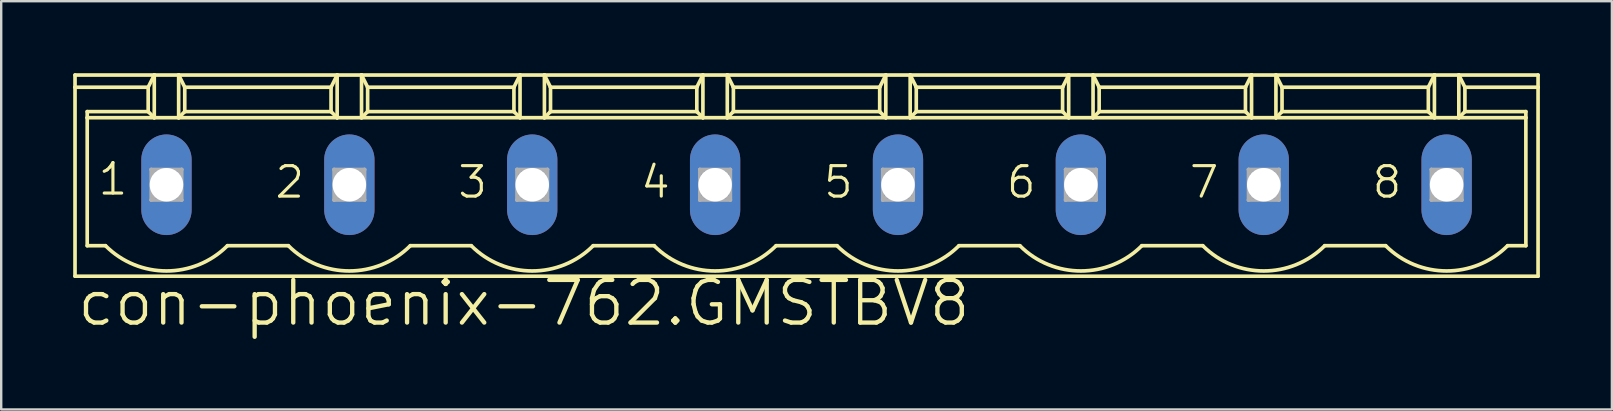
<source format=kicad_pcb>
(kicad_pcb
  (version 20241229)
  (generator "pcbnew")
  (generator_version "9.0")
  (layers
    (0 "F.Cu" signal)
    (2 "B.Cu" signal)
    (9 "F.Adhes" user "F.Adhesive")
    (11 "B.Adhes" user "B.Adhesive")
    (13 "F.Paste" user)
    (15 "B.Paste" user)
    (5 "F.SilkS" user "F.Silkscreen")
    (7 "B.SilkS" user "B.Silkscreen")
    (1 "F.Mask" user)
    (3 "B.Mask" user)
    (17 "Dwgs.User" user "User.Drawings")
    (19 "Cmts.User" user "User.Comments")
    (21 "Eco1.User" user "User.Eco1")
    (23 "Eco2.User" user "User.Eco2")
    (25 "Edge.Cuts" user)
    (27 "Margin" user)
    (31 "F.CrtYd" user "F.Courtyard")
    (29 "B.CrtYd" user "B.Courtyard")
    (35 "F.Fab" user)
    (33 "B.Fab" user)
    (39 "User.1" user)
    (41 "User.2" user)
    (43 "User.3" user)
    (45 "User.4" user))
  (footprint "con-phoenix-762.GMSTBV8"
    (layer "F.Cu")
    (at 30.556 4.648)
    (property "Reference" "con-phoenix-762.GMSTBV8" (at -30.48 5.969 0) (layer "F.SilkS") (effects (font (size 1.778 1.778) (thickness 0.18)) (justify left bottom)))
    (attr through_hole)
    (fp_line (start -30.48 -4.572) (end -27.178 -4.572) (stroke (width 0.152) (type default)) (layer "F.SilkS"))
    (fp_line (start -30.48 -4.064) (end -30.48 -4.572) (stroke (width 0.152) (type default)) (layer "F.SilkS"))
    (fp_line (start -30.48 -4.064) (end -27.432 -4.064) (stroke (width 0.152) (type default)) (layer "F.SilkS"))
    (fp_line (start -30.48 3.81) (end -30.48 -4.064) (stroke (width 0.152) (type default)) (layer "F.SilkS"))
    (fp_line (start -29.972 -3.048) (end -27.432 -3.048) (stroke (width 0.152) (type default)) (layer "F.SilkS"))
    (fp_line (start -29.972 -2.794) (end -29.972 -3.048) (stroke (width 0.152) (type default)) (layer "F.SilkS"))
    (fp_line (start -29.972 -2.794) (end -27.178 -2.794) (stroke (width 0.152) (type default)) (layer "F.SilkS"))
    (fp_line (start -29.972 2.54) (end -29.972 -2.794) (stroke (width 0.152) (type default)) (layer "F.SilkS"))
    (fp_line (start -29.21 2.54) (end -29.972 2.54) (stroke (width 0.152) (type default)) (layer "F.SilkS"))
    (fp_line (start -27.432 -4.064) (end -27.178 -4.572) (stroke (width 0.152) (type default)) (layer "F.SilkS"))
    (fp_line (start -27.432 -3.048) (end -27.432 -4.064) (stroke (width 0.152) (type default)) (layer "F.SilkS"))
    (fp_line (start -27.432 -3.048) (end -27.178 -2.794) (stroke (width 0.152) (type default)) (layer "F.SilkS"))
    (fp_line (start -27.178 -4.572) (end -26.162 -4.572) (stroke (width 0.152) (type default)) (layer "F.SilkS"))
    (fp_line (start -27.178 -2.794) (end -27.178 -4.572) (stroke (width 0.152) (type default)) (layer "F.SilkS"))
    (fp_line (start -27.178 -2.794) (end -26.162 -2.794) (stroke (width 0.152) (type default)) (layer "F.SilkS"))
    (fp_line (start -26.162 -4.572) (end -25.908 -4.064) (stroke (width 0.152) (type default)) (layer "F.SilkS"))
    (fp_line (start -26.162 -4.572) (end -19.558 -4.572) (stroke (width 0.152) (type default)) (layer "F.SilkS"))
    (fp_line (start -26.162 -2.794) (end -26.162 -4.572) (stroke (width 0.152) (type default)) (layer "F.SilkS"))
    (fp_line (start -26.162 -2.794) (end -19.558 -2.794) (stroke (width 0.152) (type default)) (layer "F.SilkS"))
    (fp_line (start -25.908 -4.064) (end -25.908 -3.048) (stroke (width 0.152) (type default)) (layer "F.SilkS"))
    (fp_line (start -25.908 -4.064) (end -19.812 -4.064) (stroke (width 0.152) (type default)) (layer "F.SilkS"))
    (fp_line (start -25.908 -3.048) (end -26.162 -2.794) (stroke (width 0.152) (type default)) (layer "F.SilkS"))
    (fp_line (start -21.59 2.54) (end -24.13 2.54) (stroke (width 0.152) (type default)) (layer "F.SilkS"))
    (fp_line (start -19.812 -4.064) (end -19.812 -3.048) (stroke (width 0.152) (type default)) (layer "F.SilkS"))
    (fp_line (start -19.812 -4.064) (end -19.558 -4.572) (stroke (width 0.152) (type default)) (layer "F.SilkS"))
    (fp_line (start -19.812 -3.048) (end -25.908 -3.048) (stroke (width 0.152) (type default)) (layer "F.SilkS"))
    (fp_line (start -19.812 -3.048) (end -19.558 -2.794) (stroke (width 0.152) (type default)) (layer "F.SilkS"))
    (fp_line (start -19.558 -4.572) (end -18.542 -4.572) (stroke (width 0.152) (type default)) (layer "F.SilkS"))
    (fp_line (start -19.558 -2.794) (end -19.558 -4.572) (stroke (width 0.152) (type default)) (layer "F.SilkS"))
    (fp_line (start -19.558 -2.794) (end -18.542 -2.794) (stroke (width 0.152) (type default)) (layer "F.SilkS"))
    (fp_line (start -18.542 -4.572) (end -18.288 -4.064) (stroke (width 0.152) (type default)) (layer "F.SilkS"))
    (fp_line (start -18.542 -4.572) (end -11.938 -4.572) (stroke (width 0.152) (type default)) (layer "F.SilkS"))
    (fp_line (start -18.542 -2.794) (end -18.542 -4.572) (stroke (width 0.152) (type default)) (layer "F.SilkS"))
    (fp_line (start -18.542 -2.794) (end -11.938 -2.794) (stroke (width 0.152) (type default)) (layer "F.SilkS"))
    (fp_line (start -18.288 -4.064) (end -18.288 -3.048) (stroke (width 0.152) (type default)) (layer "F.SilkS"))
    (fp_line (start -18.288 -4.064) (end -12.192 -4.064) (stroke (width 0.152) (type default)) (layer "F.SilkS"))
    (fp_line (start -18.288 -3.048) (end -18.542 -2.794) (stroke (width 0.152) (type default)) (layer "F.SilkS"))
    (fp_line (start -18.288 -3.048) (end -12.192 -3.048) (stroke (width 0.152) (type default)) (layer "F.SilkS"))
    (fp_line (start -13.97 2.54) (end -16.51 2.54) (stroke (width 0.152) (type default)) (layer "F.SilkS"))
    (fp_line (start -12.192 -4.064) (end -11.938 -4.572) (stroke (width 0.152) (type default)) (layer "F.SilkS"))
    (fp_line (start -12.192 -3.048) (end -12.192 -4.064) (stroke (width 0.152) (type default)) (layer "F.SilkS"))
    (fp_line (start -12.192 -3.048) (end -11.938 -2.794) (stroke (width 0.152) (type default)) (layer "F.SilkS"))
    (fp_line (start -11.938 -4.572) (end -10.922 -4.572) (stroke (width 0.152) (type default)) (layer "F.SilkS"))
    (fp_line (start -11.938 -2.794) (end -11.938 -4.572) (stroke (width 0.152) (type default)) (layer "F.SilkS"))
    (fp_line (start -11.938 -2.794) (end -10.922 -2.794) (stroke (width 0.152) (type default)) (layer "F.SilkS"))
    (fp_line (start -10.922 -4.572) (end -10.668 -4.064) (stroke (width 0.152) (type default)) (layer "F.SilkS"))
    (fp_line (start -10.922 -4.572) (end -4.318 -4.572) (stroke (width 0.152) (type default)) (layer "F.SilkS"))
    (fp_line (start -10.922 -2.794) (end -10.922 -4.572) (stroke (width 0.152) (type default)) (layer "F.SilkS"))
    (fp_line (start -10.922 -2.794) (end -4.318 -2.794) (stroke (width 0.152) (type default)) (layer "F.SilkS"))
    (fp_line (start -10.668 -4.064) (end -10.668 -3.048) (stroke (width 0.152) (type default)) (layer "F.SilkS"))
    (fp_line (start -10.668 -4.064) (end -4.572 -4.064) (stroke (width 0.152) (type default)) (layer "F.SilkS"))
    (fp_line (start -10.668 -3.048) (end -10.922 -2.794) (stroke (width 0.152) (type default)) (layer "F.SilkS"))
    (fp_line (start -6.35 2.54) (end -8.89 2.54) (stroke (width 0.152) (type default)) (layer "F.SilkS"))
    (fp_line (start -4.572 -4.064) (end -4.572 -3.048) (stroke (width 0.152) (type default)) (layer "F.SilkS"))
    (fp_line (start -4.572 -4.064) (end -4.318 -4.572) (stroke (width 0.152) (type default)) (layer "F.SilkS"))
    (fp_line (start -4.572 -3.048) (end -10.668 -3.048) (stroke (width 0.152) (type default)) (layer "F.SilkS"))
    (fp_line (start -4.572 -3.048) (end -4.318 -2.794) (stroke (width 0.152) (type default)) (layer "F.SilkS"))
    (fp_line (start -4.318 -4.572) (end -3.302 -4.572) (stroke (width 0.152) (type default)) (layer "F.SilkS"))
    (fp_line (start -4.318 -2.794) (end -4.318 -4.572) (stroke (width 0.152) (type default)) (layer "F.SilkS"))
    (fp_line (start -4.318 -2.794) (end -3.302 -2.794) (stroke (width 0.152) (type default)) (layer "F.SilkS"))
    (fp_line (start -3.302 -4.572) (end -3.048 -4.064) (stroke (width 0.152) (type default)) (layer "F.SilkS"))
    (fp_line (start -3.302 -4.572) (end 3.302 -4.572) (stroke (width 0.152) (type default)) (layer "F.SilkS"))
    (fp_line (start -3.302 -2.794) (end -3.302 -4.572) (stroke (width 0.152) (type default)) (layer "F.SilkS"))
    (fp_line (start -3.302 -2.794) (end 3.302 -2.794) (stroke (width 0.152) (type default)) (layer "F.SilkS"))
    (fp_line (start -3.048 -4.064) (end -3.048 -3.048) (stroke (width 0.152) (type default)) (layer "F.SilkS"))
    (fp_line (start -3.048 -4.064) (end 3.048 -4.064) (stroke (width 0.152) (type default)) (layer "F.SilkS"))
    (fp_line (start -3.048 -3.048) (end -3.302 -2.794) (stroke (width 0.152) (type default)) (layer "F.SilkS"))
    (fp_line (start -3.048 -3.048) (end 3.048 -3.048) (stroke (width 0.152) (type default)) (layer "F.SilkS"))
    (fp_line (start 1.27 2.54) (end -1.27 2.54) (stroke (width 0.152) (type default)) (layer "F.SilkS"))
    (fp_line (start 3.048 -4.064) (end 3.048 -3.048) (stroke (width 0.152) (type default)) (layer "F.SilkS"))
    (fp_line (start 3.048 -4.064) (end 3.302 -4.572) (stroke (width 0.152) (type default)) (layer "F.SilkS"))
    (fp_line (start 3.048 -3.048) (end 3.302 -2.794) (stroke (width 0.152) (type default)) (layer "F.SilkS"))
    (fp_line (start 3.302 -4.572) (end 4.318 -4.572) (stroke (width 0.152) (type default)) (layer "F.SilkS"))
    (fp_line (start 3.302 -2.794) (end 3.302 -4.572) (stroke (width 0.152) (type default)) (layer "F.SilkS"))
    (fp_line (start 3.302 -2.794) (end 4.318 -2.794) (stroke (width 0.152) (type default)) (layer "F.SilkS"))
    (fp_line (start 4.318 -4.572) (end 4.572 -4.064) (stroke (width 0.152) (type default)) (layer "F.SilkS"))
    (fp_line (start 4.318 -4.572) (end 10.922 -4.572) (stroke (width 0.152) (type default)) (layer "F.SilkS"))
    (fp_line (start 4.318 -2.794) (end 4.318 -4.572) (stroke (width 0.152) (type default)) (layer "F.SilkS"))
    (fp_line (start 4.318 -2.794) (end 10.922 -2.794) (stroke (width 0.152) (type default)) (layer "F.SilkS"))
    (fp_line (start 4.572 -4.064) (end 4.572 -3.048) (stroke (width 0.152) (type default)) (layer "F.SilkS"))
    (fp_line (start 4.572 -4.064) (end 10.668 -4.064) (stroke (width 0.152) (type default)) (layer "F.SilkS"))
    (fp_line (start 4.572 -3.048) (end 4.318 -2.794) (stroke (width 0.152) (type default)) (layer "F.SilkS"))
    (fp_line (start 4.572 -3.048) (end 10.668 -3.048) (stroke (width 0.152) (type default)) (layer "F.SilkS"))
    (fp_line (start 8.89 2.54) (end 6.35 2.54) (stroke (width 0.152) (type default)) (layer "F.SilkS"))
    (fp_line (start 10.668 -4.064) (end 10.668 -3.048) (stroke (width 0.152) (type default)) (layer "F.SilkS"))
    (fp_line (start 10.668 -4.064) (end 10.922 -4.572) (stroke (width 0.152) (type default)) (layer "F.SilkS"))
    (fp_line (start 10.668 -3.048) (end 10.922 -2.794) (stroke (width 0.152) (type default)) (layer "F.SilkS"))
    (fp_line (start 10.922 -4.572) (end 11.938 -4.572) (stroke (width 0.152) (type default)) (layer "F.SilkS"))
    (fp_line (start 10.922 -2.794) (end 10.922 -4.572) (stroke (width 0.152) (type default)) (layer "F.SilkS"))
    (fp_line (start 10.922 -2.794) (end 11.938 -2.794) (stroke (width 0.152) (type default)) (layer "F.SilkS"))
    (fp_line (start 11.938 -4.572) (end 12.192 -4.064) (stroke (width 0.152) (type default)) (layer "F.SilkS"))
    (fp_line (start 11.938 -4.572) (end 18.542 -4.572) (stroke (width 0.152) (type default)) (layer "F.SilkS"))
    (fp_line (start 11.938 -2.794) (end 11.938 -4.572) (stroke (width 0.152) (type default)) (layer "F.SilkS"))
    (fp_line (start 11.938 -2.794) (end 18.542 -2.794) (stroke (width 0.152) (type default)) (layer "F.SilkS"))
    (fp_line (start 12.192 -4.064) (end 12.192 -3.048) (stroke (width 0.152) (type default)) (layer "F.SilkS"))
    (fp_line (start 12.192 -4.064) (end 18.288 -4.064) (stroke (width 0.152) (type default)) (layer "F.SilkS"))
    (fp_line (start 12.192 -3.048) (end 11.938 -2.794) (stroke (width 0.152) (type default)) (layer "F.SilkS"))
    (fp_line (start 12.192 -3.048) (end 18.288 -3.048) (stroke (width 0.152) (type default)) (layer "F.SilkS"))
    (fp_line (start 16.51 2.54) (end 13.97 2.54) (stroke (width 0.152) (type default)) (layer "F.SilkS"))
    (fp_line (start 18.288 -4.064) (end 18.288 -3.048) (stroke (width 0.152) (type default)) (layer "F.SilkS"))
    (fp_line (start 18.288 -4.064) (end 18.542 -4.572) (stroke (width 0.152) (type default)) (layer "F.SilkS"))
    (fp_line (start 18.288 -3.048) (end 18.542 -2.794) (stroke (width 0.152) (type default)) (layer "F.SilkS"))
    (fp_line (start 18.542 -4.572) (end 19.558 -4.572) (stroke (width 0.152) (type default)) (layer "F.SilkS"))
    (fp_line (start 18.542 -2.794) (end 18.542 -4.572) (stroke (width 0.152) (type default)) (layer "F.SilkS"))
    (fp_line (start 18.542 -2.794) (end 19.558 -2.794) (stroke (width 0.152) (type default)) (layer "F.SilkS"))
    (fp_line (start 19.558 -4.572) (end 19.812 -4.064) (stroke (width 0.152) (type default)) (layer "F.SilkS"))
    (fp_line (start 19.558 -4.572) (end 26.162 -4.572) (stroke (width 0.152) (type default)) (layer "F.SilkS"))
    (fp_line (start 19.558 -2.794) (end 19.558 -4.572) (stroke (width 0.152) (type default)) (layer "F.SilkS"))
    (fp_line (start 19.558 -2.794) (end 26.162 -2.794) (stroke (width 0.152) (type default)) (layer "F.SilkS"))
    (fp_line (start 19.812 -4.064) (end 19.812 -3.048) (stroke (width 0.152) (type default)) (layer "F.SilkS"))
    (fp_line (start 19.812 -4.064) (end 25.908 -4.064) (stroke (width 0.152) (type default)) (layer "F.SilkS"))
    (fp_line (start 19.812 -3.048) (end 19.558 -2.794) (stroke (width 0.152) (type default)) (layer "F.SilkS"))
    (fp_line (start 19.812 -3.048) (end 25.908 -3.048) (stroke (width 0.152) (type default)) (layer "F.SilkS"))
    (fp_line (start 24.13 2.54) (end 21.59 2.54) (stroke (width 0.152) (type default)) (layer "F.SilkS"))
    (fp_line (start 25.908 -4.064) (end 25.908 -3.048) (stroke (width 0.152) (type default)) (layer "F.SilkS"))
    (fp_line (start 25.908 -4.064) (end 26.162 -4.572) (stroke (width 0.152) (type default)) (layer "F.SilkS"))
    (fp_line (start 25.908 -3.048) (end 26.162 -2.794) (stroke (width 0.152) (type default)) (layer "F.SilkS"))
    (fp_line (start 26.162 -4.572) (end 27.178 -4.572) (stroke (width 0.152) (type default)) (layer "F.SilkS"))
    (fp_line (start 26.162 -2.794) (end 26.162 -4.572) (stroke (width 0.152) (type default)) (layer "F.SilkS"))
    (fp_line (start 26.162 -2.794) (end 27.178 -2.794) (stroke (width 0.152) (type default)) (layer "F.SilkS"))
    (fp_line (start 27.178 -4.572) (end 27.432 -4.064) (stroke (width 0.152) (type default)) (layer "F.SilkS"))
    (fp_line (start 27.178 -4.572) (end 30.48 -4.572) (stroke (width 0.152) (type default)) (layer "F.SilkS"))
    (fp_line (start 27.178 -2.794) (end 27.178 -4.572) (stroke (width 0.152) (type default)) (layer "F.SilkS"))
    (fp_line (start 27.178 -2.794) (end 29.972 -2.794) (stroke (width 0.152) (type default)) (layer "F.SilkS"))
    (fp_line (start 27.432 -4.064) (end 27.432 -3.048) (stroke (width 0.152) (type default)) (layer "F.SilkS"))
    (fp_line (start 27.432 -4.064) (end 30.48 -4.064) (stroke (width 0.152) (type default)) (layer "F.SilkS"))
    (fp_line (start 27.432 -3.048) (end 27.178 -2.794) (stroke (width 0.152) (type default)) (layer "F.SilkS"))
    (fp_line (start 27.432 -3.048) (end 29.972 -3.048) (stroke (width 0.152) (type default)) (layer "F.SilkS"))
    (fp_line (start 29.972 -3.048) (end 29.972 -2.794) (stroke (width 0.152) (type default)) (layer "F.SilkS"))
    (fp_line (start 29.972 -2.794) (end 29.972 2.54) (stroke (width 0.152) (type default)) (layer "F.SilkS"))
    (fp_line (start 29.972 2.54) (end 29.21 2.54) (stroke (width 0.152) (type default)) (layer "F.SilkS"))
    (fp_line (start 30.48 -4.064) (end 30.48 -4.572) (stroke (width 0.152) (type default)) (layer "F.SilkS"))
    (fp_line (start 30.48 3.81) (end -30.48 3.81) (stroke (width 0.152) (type default)) (layer "F.SilkS"))
    (fp_line (start 30.48 3.81) (end 30.48 -4.064) (stroke (width 0.152) (type default)) (layer "F.SilkS"))
    (fp_arc (start -24.13 2.54) (mid -26.67 3.592102) (end -29.21 2.54) (stroke (width 0.1524) (type default)) (layer "F.SilkS"))
    (fp_arc (start -16.51 2.54) (mid -19.05 3.592102) (end -21.59 2.54) (stroke (width 0.1524) (type default)) (layer "F.SilkS"))
    (fp_arc (start -8.89 2.54) (mid -11.43 3.592102) (end -13.97 2.54) (stroke (width 0.1524) (type default)) (layer "F.SilkS"))
    (fp_arc (start -1.27 2.54) (mid -3.81 3.592102) (end -6.35 2.54) (stroke (width 0.1524) (type default)) (layer "F.SilkS"))
    (fp_arc (start 6.35 2.54) (mid 3.81 3.592102) (end 1.27 2.54) (stroke (width 0.1524) (type default)) (layer "F.SilkS"))
    (fp_arc (start 13.97 2.54) (mid 11.43 3.592102) (end 8.89 2.54) (stroke (width 0.1524) (type default)) (layer "F.SilkS"))
    (fp_arc (start 21.59 2.54) (mid 19.05 3.592102) (end 16.51 2.54) (stroke (width 0.1524) (type default)) (layer "F.SilkS"))
    (fp_arc (start 29.21 2.54) (mid 26.67 3.592102) (end 24.13 2.54) (stroke (width 0.1524) (type default)) (layer "F.SilkS"))
    (fp_line (start -27.305 -0.635) (end -27.305 0.635) (stroke (width 0.152) (type default)) (layer "F.Fab"))
    (fp_line (start -27.305 -0.635) (end -26.035 0.635) (stroke (width 0.152) (type default)) (layer "F.Fab"))
    (fp_line (start -27.305 0.635) (end -26.035 -0.635) (stroke (width 0.152) (type default)) (layer "F.Fab"))
    (fp_line (start -27.305 0.635) (end -26.035 0.635) (stroke (width 0.152) (type default)) (layer "F.Fab"))
    (fp_line (start -26.035 -0.635) (end -27.305 -0.635) (stroke (width 0.152) (type default)) (layer "F.Fab"))
    (fp_line (start -26.035 0.635) (end -26.035 -0.635) (stroke (width 0.152) (type default)) (layer "F.Fab"))
    (fp_line (start -19.685 -0.635) (end -19.685 0.635) (stroke (width 0.152) (type default)) (layer "F.Fab"))
    (fp_line (start -19.685 -0.635) (end -18.415 0.635) (stroke (width 0.152) (type default)) (layer "F.Fab"))
    (fp_line (start -19.685 0.635) (end -18.415 -0.635) (stroke (width 0.152) (type default)) (layer "F.Fab"))
    (fp_line (start -19.685 0.635) (end -18.415 0.635) (stroke (width 0.152) (type default)) (layer "F.Fab"))
    (fp_line (start -18.415 -0.635) (end -19.685 -0.635) (stroke (width 0.152) (type default)) (layer "F.Fab"))
    (fp_line (start -18.415 0.635) (end -18.415 -0.635) (stroke (width 0.152) (type default)) (layer "F.Fab"))
    (fp_line (start -12.065 -0.635) (end -12.065 0.635) (stroke (width 0.152) (type default)) (layer "F.Fab"))
    (fp_line (start -12.065 -0.635) (end -10.795 0.635) (stroke (width 0.152) (type default)) (layer "F.Fab"))
    (fp_line (start -12.065 0.635) (end -10.795 -0.635) (stroke (width 0.152) (type default)) (layer "F.Fab"))
    (fp_line (start -12.065 0.635) (end -10.795 0.635) (stroke (width 0.152) (type default)) (layer "F.Fab"))
    (fp_line (start -10.795 -0.635) (end -12.065 -0.635) (stroke (width 0.152) (type default)) (layer "F.Fab"))
    (fp_line (start -10.795 0.635) (end -10.795 -0.635) (stroke (width 0.152) (type default)) (layer "F.Fab"))
    (fp_line (start -4.445 -0.635) (end -4.445 0.635) (stroke (width 0.152) (type default)) (layer "F.Fab"))
    (fp_line (start -4.445 -0.635) (end -3.175 0.635) (stroke (width 0.152) (type default)) (layer "F.Fab"))
    (fp_line (start -4.445 0.635) (end -3.175 -0.635) (stroke (width 0.152) (type default)) (layer "F.Fab"))
    (fp_line (start -4.445 0.635) (end -3.175 0.635) (stroke (width 0.152) (type default)) (layer "F.Fab"))
    (fp_line (start -3.175 -0.635) (end -4.445 -0.635) (stroke (width 0.152) (type default)) (layer "F.Fab"))
    (fp_line (start -3.175 0.635) (end -3.175 -0.635) (stroke (width 0.152) (type default)) (layer "F.Fab"))
    (fp_line (start 3.175 -0.635) (end 3.175 0.635) (stroke (width 0.152) (type default)) (layer "F.Fab"))
    (fp_line (start 3.175 -0.635) (end 4.445 0.635) (stroke (width 0.152) (type default)) (layer "F.Fab"))
    (fp_line (start 3.175 0.635) (end 4.445 -0.635) (stroke (width 0.152) (type default)) (layer "F.Fab"))
    (fp_line (start 3.175 0.635) (end 4.445 0.635) (stroke (width 0.152) (type default)) (layer "F.Fab"))
    (fp_line (start 4.445 -0.635) (end 3.175 -0.635) (stroke (width 0.152) (type default)) (layer "F.Fab"))
    (fp_line (start 4.445 0.635) (end 4.445 -0.635) (stroke (width 0.152) (type default)) (layer "F.Fab"))
    (fp_line (start 10.795 -0.635) (end 10.795 0.635) (stroke (width 0.152) (type default)) (layer "F.Fab"))
    (fp_line (start 10.795 -0.635) (end 12.065 0.635) (stroke (width 0.152) (type default)) (layer "F.Fab"))
    (fp_line (start 10.795 0.635) (end 12.065 -0.635) (stroke (width 0.152) (type default)) (layer "F.Fab"))
    (fp_line (start 10.795 0.635) (end 12.065 0.635) (stroke (width 0.152) (type default)) (layer "F.Fab"))
    (fp_line (start 12.065 -0.635) (end 10.795 -0.635) (stroke (width 0.152) (type default)) (layer "F.Fab"))
    (fp_line (start 12.065 0.635) (end 12.065 -0.635) (stroke (width 0.152) (type default)) (layer "F.Fab"))
    (fp_line (start 18.415 -0.635) (end 18.415 0.635) (stroke (width 0.152) (type default)) (layer "F.Fab"))
    (fp_line (start 18.415 -0.635) (end 19.685 0.635) (stroke (width 0.152) (type default)) (layer "F.Fab"))
    (fp_line (start 18.415 0.635) (end 19.685 -0.635) (stroke (width 0.152) (type default)) (layer "F.Fab"))
    (fp_line (start 18.415 0.635) (end 19.685 0.635) (stroke (width 0.152) (type default)) (layer "F.Fab"))
    (fp_line (start 19.685 -0.635) (end 18.415 -0.635) (stroke (width 0.152) (type default)) (layer "F.Fab"))
    (fp_line (start 19.685 0.635) (end 19.685 -0.635) (stroke (width 0.152) (type default)) (layer "F.Fab"))
    (fp_line (start 26.035 -0.635) (end 26.035 0.635) (stroke (width 0.152) (type default)) (layer "F.Fab"))
    (fp_line (start 26.035 -0.635) (end 27.305 0.635) (stroke (width 0.152) (type default)) (layer "F.Fab"))
    (fp_line (start 26.035 0.635) (end 27.305 -0.635) (stroke (width 0.152) (type default)) (layer "F.Fab"))
    (fp_line (start 26.035 0.635) (end 27.305 0.635) (stroke (width 0.152) (type default)) (layer "F.Fab"))
    (fp_line (start 27.305 -0.635) (end 26.035 -0.635) (stroke (width 0.152) (type default)) (layer "F.Fab"))
    (fp_line (start 27.305 0.635) (end 27.305 -0.635) (stroke (width 0.152) (type default)) (layer "F.Fab"))
    (fp_text user "4" (at -6.985 0.635 0) (layer "F.SilkS") (effects (font (size 1.27 1.27) (thickness 0.13)) (justify left bottom)))
    (fp_text user "2" (at -22.225 0.635 0) (layer "F.SilkS") (effects (font (size 1.27 1.27) (thickness 0.13)) (justify left bottom)))
    (fp_text user "7" (at 15.875 0.635 0) (layer "F.SilkS") (effects (font (size 1.27 1.27) (thickness 0.13)) (justify left bottom)))
    (fp_text user "6" (at 8.255 0.635 0) (layer "F.SilkS") (effects (font (size 1.27 1.27) (thickness 0.13)) (justify left bottom)))
    (fp_text user "8" (at 23.495 0.635 0) (layer "F.SilkS") (effects (font (size 1.27 1.27) (thickness 0.13)) (justify left bottom)))
    (fp_text user "1" (at -29.591 0.508 0) (layer "F.SilkS") (effects (font (size 1.27 1.27) (thickness 0.13)) (justify left bottom)))
    (fp_text user "5" (at 0.635 0.635 0) (layer "F.SilkS") (effects (font (size 1.27 1.27) (thickness 0.13)) (justify left bottom)))
    (fp_text user "3" (at -14.605 0.635 0) (layer "F.SilkS") (effects (font (size 1.27 1.27) (thickness 0.13)) (justify left bottom)))
    (pad "1" thru_hole oval (at -26.67 0 90) (size 4.191 2.095) (drill 1.397) (layers "*.Cu" "*.Mask"))
    (pad "2" thru_hole oval (at -19.05 0 90) (size 4.191 2.095) (drill 1.397) (layers "*.Cu" "*.Mask"))
    (pad "3" thru_hole oval (at -11.43 0 90) (size 4.191 2.095) (drill 1.397) (layers "*.Cu" "*.Mask"))
    (pad "4" thru_hole oval (at -3.81 0 90) (size 4.191 2.095) (drill 1.397) (layers "*.Cu" "*.Mask"))
    (pad "5" thru_hole oval (at 3.81 0 90) (size 4.191 2.095) (drill 1.397) (layers "*.Cu" "*.Mask"))
    (pad "6" thru_hole oval (at 11.43 0 90) (size 4.191 2.095) (drill 1.397) (layers "*.Cu" "*.Mask"))
    (pad "7" thru_hole oval (at 19.05 0 90) (size 4.191 2.095) (drill 1.397) (layers "*.Cu" "*.Mask"))
    (pad "8" thru_hole oval (at 26.67 0 90) (size 4.191 2.095) (drill 1.397) (layers "*.Cu" "*.Mask")))
  (gr_rect
    (start -3 -3)
    (end 64.112 14.011)
    (stroke (width 0.1) (type default))
    (fill no)
    (layer "Edge.Cuts")))
</source>
